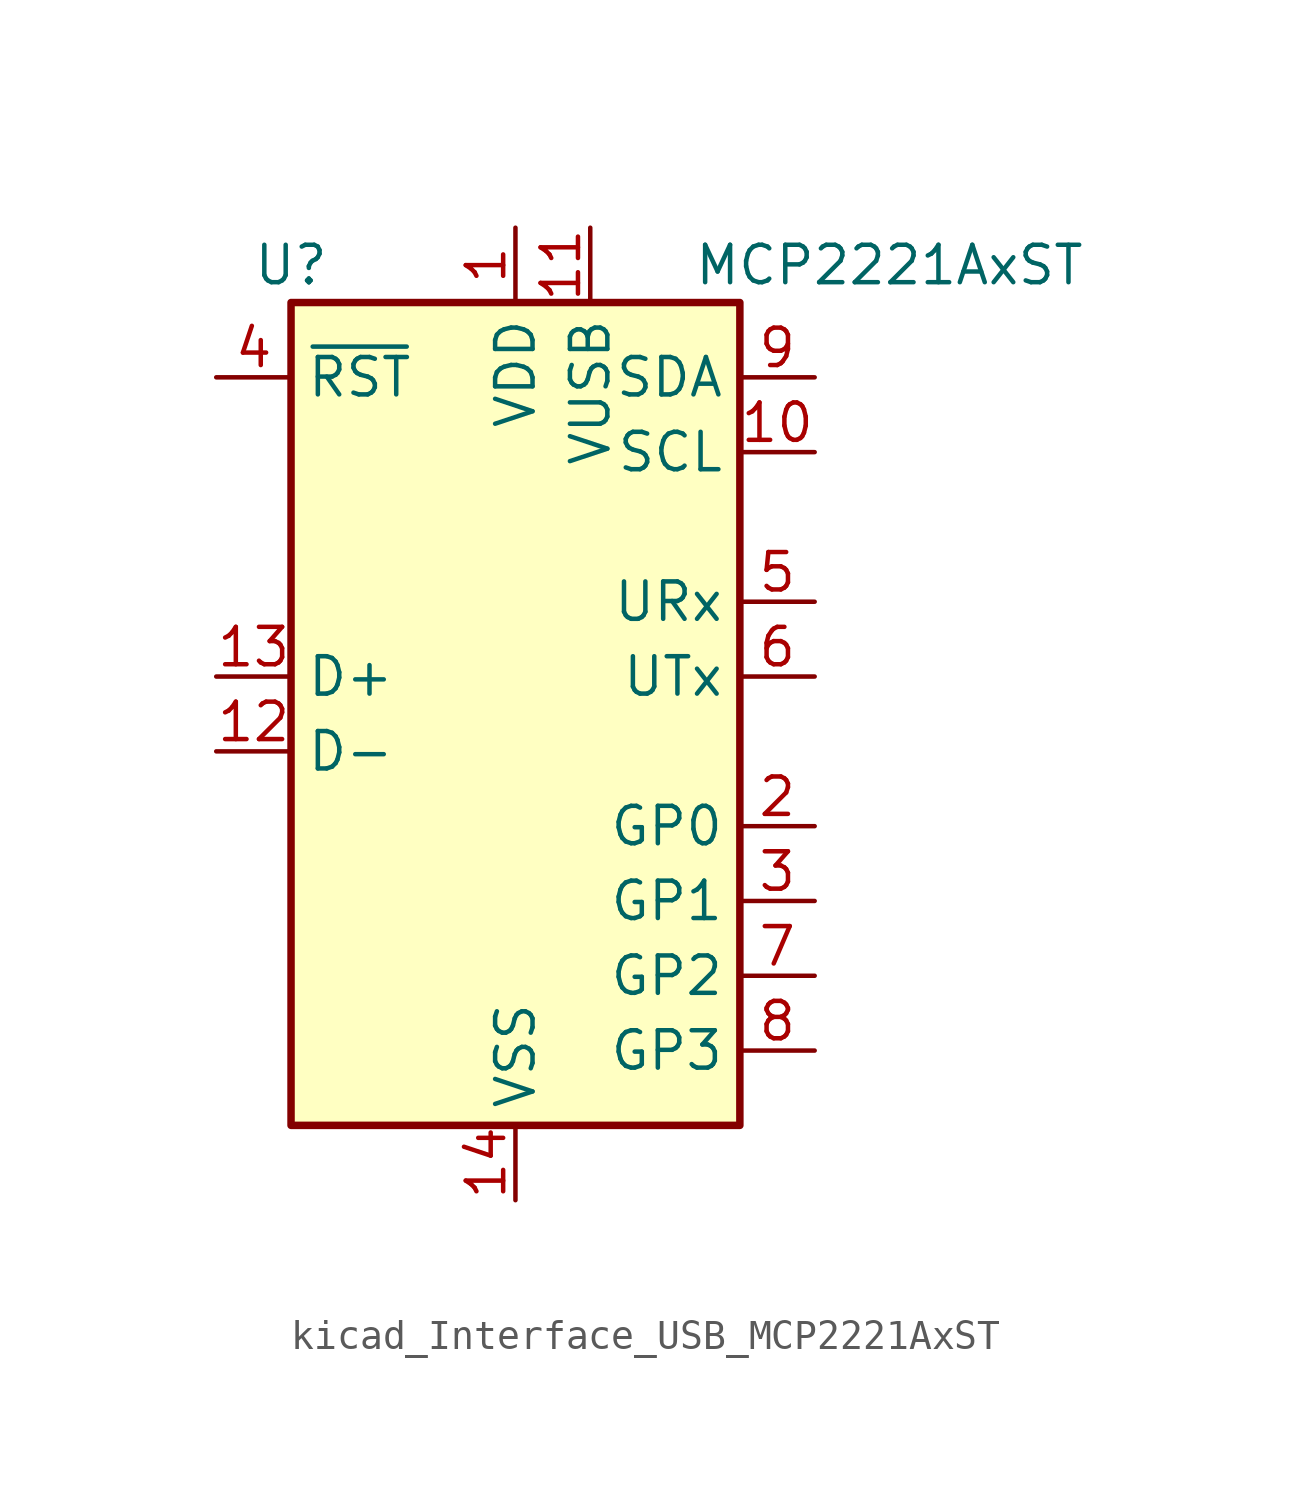
<source format=kicad_sym>
(kicad_symbol_lib
  (version 20220914)
  (generator kicad_symbol_editor)
  (symbol "kicad_Interface_USB_MCP2221AxST"
    (property "Reference" "U"
      (at -7.62 16.51 0)
      (effects (font (size 1.27 1.27))))
    (property "Value" "MCP2221AxST"
      (at 12.7 16.51 0)
      (effects (font (size 1.27 1.27))))
    (symbol "kicad_Interface_USB_MCP2221AxST_0_1"
      (rectangle (start -7.62 15.24) (end 7.62 -12.7) (stroke (width 0.254) (type default)) (fill (type background))))
    (symbol "kicad_Interface_USB_MCP2221AxST_1_1"
      (pin power_in line (at 0 17.78 270) (length 2.54) (name "VDD" (effects (font (size 1.27 1.27)))) (number "1" (effects (font (size 1.27 1.27)))))
      (pin bidirectional line (at 10.16 10.16 180) (length 2.54) (name "SCL" (effects (font (size 1.27 1.27)))) (number "10" (effects (font (size 1.27 1.27)))))
      (pin passive line (at 2.54 17.78 270) (length 2.54) (name "VUSB" (effects (font (size 1.27 1.27)))) (number "11" (effects (font (size 1.27 1.27)))))
      (pin bidirectional line (at -10.16 0 0) (length 2.54) (name "D-" (effects (font (size 1.27 1.27)))) (number "12" (effects (font (size 1.27 1.27)))))
      (pin bidirectional line (at -10.16 2.54 0) (length 2.54) (name "D+" (effects (font (size 1.27 1.27)))) (number "13" (effects (font (size 1.27 1.27)))))
      (pin power_in line (at 0 -15.24 90) (length 2.54) (name "VSS" (effects (font (size 1.27 1.27)))) (number "14" (effects (font (size 1.27 1.27)))))
      (pin bidirectional line (at 10.16 -2.54 180) (length 2.54) (name "GP0" (effects (font (size 1.27 1.27)))) (number "2" (effects (font (size 1.27 1.27)))))
      (pin bidirectional line (at 10.16 -5.08 180) (length 2.54) (name "GP1" (effects (font (size 1.27 1.27)))) (number "3" (effects (font (size 1.27 1.27)))))
      (pin input line (at -10.16 12.7 0) (length 2.54) (name "~{RST}" (effects (font (size 1.27 1.27)))) (number "4" (effects (font (size 1.27 1.27)))))
      (pin input line (at 10.16 5.08 180) (length 2.54) (name "URx" (effects (font (size 1.27 1.27)))) (number "5" (effects (font (size 1.27 1.27)))))
      (pin output line (at 10.16 2.54 180) (length 2.54) (name "UTx" (effects (font (size 1.27 1.27)))) (number "6" (effects (font (size 1.27 1.27)))))
      (pin bidirectional line (at 10.16 -7.62 180) (length 2.54) (name "GP2" (effects (font (size 1.27 1.27)))) (number "7" (effects (font (size 1.27 1.27)))))
      (pin bidirectional line (at 10.16 -10.16 180) (length 2.54) (name "GP3" (effects (font (size 1.27 1.27)))) (number "8" (effects (font (size 1.27 1.27)))))
      (pin bidirectional line (at 10.16 12.7 180) (length 2.54) (name "SDA" (effects (font (size 1.27 1.27)))) (number "9" (effects (font (size 1.27 1.27))))))))
</source>
